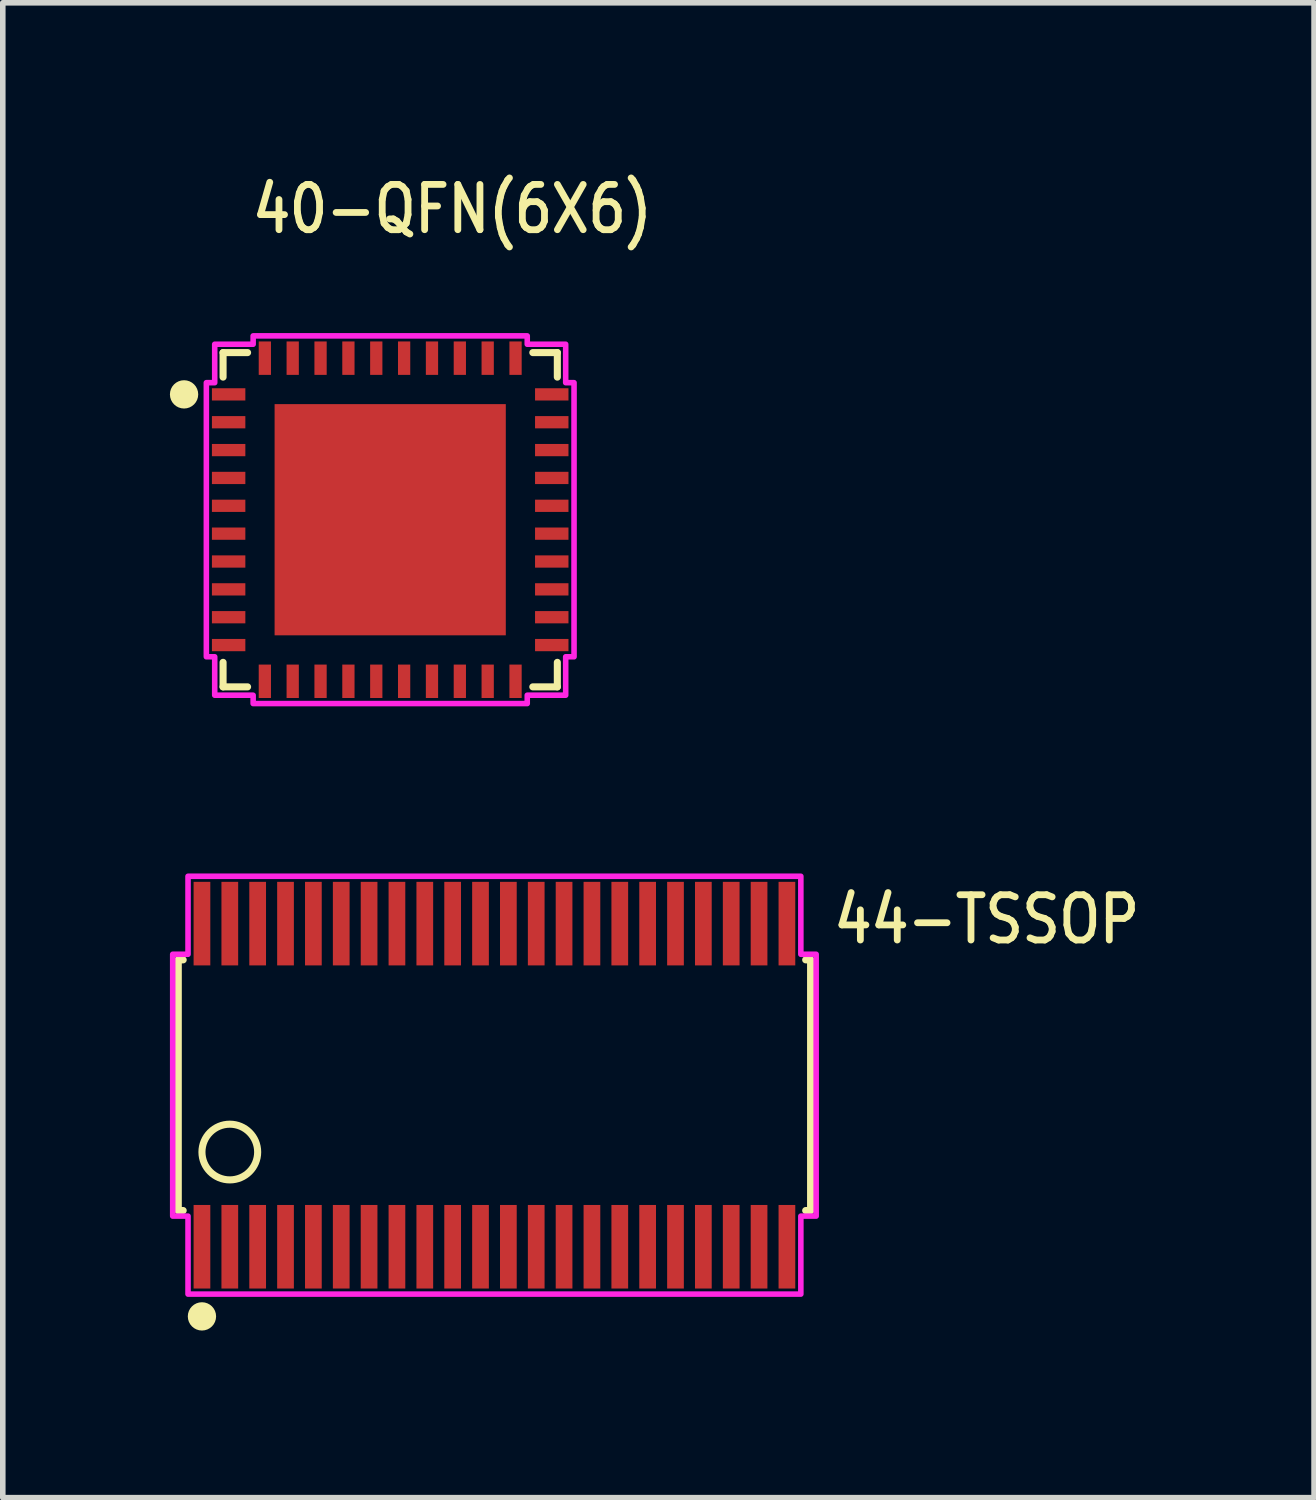
<source format=kicad_pcb>
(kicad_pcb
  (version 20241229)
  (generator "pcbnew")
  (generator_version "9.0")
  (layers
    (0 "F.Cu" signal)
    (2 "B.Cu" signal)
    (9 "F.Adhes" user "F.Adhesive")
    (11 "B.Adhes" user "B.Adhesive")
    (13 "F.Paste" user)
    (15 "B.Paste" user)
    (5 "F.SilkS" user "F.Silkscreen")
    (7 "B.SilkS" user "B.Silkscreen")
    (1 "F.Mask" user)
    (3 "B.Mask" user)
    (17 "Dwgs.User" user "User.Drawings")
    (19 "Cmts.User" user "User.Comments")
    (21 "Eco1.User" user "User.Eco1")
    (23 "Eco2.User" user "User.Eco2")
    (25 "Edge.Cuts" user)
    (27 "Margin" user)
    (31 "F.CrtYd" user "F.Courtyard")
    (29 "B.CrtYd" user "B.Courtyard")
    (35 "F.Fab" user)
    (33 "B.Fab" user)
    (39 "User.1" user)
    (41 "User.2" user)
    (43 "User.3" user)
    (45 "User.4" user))
  (footprint "40-QFN(6X6)"
    (layer "F.Cu")
    (at 3.954 6.279)
    (property "Reference" "40-QFN(6X6)" (at -2.54 -5.1 0) (unlocked yes) (layer "F.SilkS") (effects (font (size 0.813 0.695) (thickness 0.122)) (justify left bottom)))
    (fp_line (start -3 -3) (end -3 -2.56) (stroke (width 0.127) (type solid)) (layer "F.SilkS"))
    (fp_line (start -3 2.56) (end -3 3) (stroke (width 0.127) (type solid)) (layer "F.SilkS"))
    (fp_line (start -3 3) (end -2.56 3) (stroke (width 0.127) (type solid)) (layer "F.SilkS"))
    (fp_line (start -2.56 -3) (end -3 -3) (stroke (width 0.127) (type solid)) (layer "F.SilkS"))
    (fp_line (start 2.56 3) (end 3 3) (stroke (width 0.127) (type solid)) (layer "F.SilkS"))
    (fp_line (start 3 -3) (end 2.56 -3) (stroke (width 0.127) (type solid)) (layer "F.SilkS"))
    (fp_line (start 3 -2.56) (end 3 -3) (stroke (width 0.127) (type solid)) (layer "F.SilkS"))
    (fp_line (start 3 3) (end 3 2.56) (stroke (width 0.127) (type solid)) (layer "F.SilkS"))
    (fp_circle (center -3.7 -2.25) (end -3.446 -2.25) (stroke (width 0) (type solid)) (fill yes) (layer "F.SilkS"))
    (fp_poly (pts (xy -1.955 -1.955) (xy -0.785 -1.955) (xy -0.785 -0.785) (xy -1.955 -0.785)) (stroke (width 0) (type solid)) (fill yes) (layer "F.Paste"))
    (fp_poly (pts (xy -1.955 -0.585) (xy -0.785 -0.585) (xy -0.785 0.585) (xy -1.955 0.585)) (stroke (width 0) (type solid)) (fill yes) (layer "F.Paste"))
    (fp_poly (pts (xy -1.955 0.785) (xy -0.785 0.785) (xy -0.785 1.955) (xy -1.955 1.955)) (stroke (width 0) (type solid)) (fill yes) (layer "F.Paste"))
    (fp_poly (pts (xy -0.585 -1.955) (xy 0.585 -1.955) (xy 0.585 -0.785) (xy -0.585 -0.785)) (stroke (width 0) (type solid)) (fill yes) (layer "F.Paste"))
    (fp_poly (pts (xy -0.585 -0.585) (xy 0.585 -0.585) (xy 0.585 0.585) (xy -0.585 0.585)) (stroke (width 0) (type solid)) (fill yes) (layer "F.Paste"))
    (fp_poly (pts (xy -0.585 0.785) (xy 0.585 0.785) (xy 0.585 1.955) (xy -0.585 1.955)) (stroke (width 0) (type solid)) (fill yes) (layer "F.Paste"))
    (fp_poly (pts (xy 0.785 -1.955) (xy 1.955 -1.955) (xy 1.955 -0.785) (xy 0.785 -0.785)) (stroke (width 0) (type solid)) (fill yes) (layer "F.Paste"))
    (fp_poly (pts (xy 0.785 -0.585) (xy 1.955 -0.585) (xy 1.955 0.585) (xy 0.785 0.585)) (stroke (width 0) (type solid)) (fill yes) (layer "F.Paste"))
    (fp_poly (pts (xy 0.785 0.785) (xy 1.955 0.785) (xy 1.955 1.955) (xy 0.785 1.955)) (stroke (width 0) (type solid)) (fill yes) (layer "F.Paste"))
    (fp_poly (pts (xy 3.15 -2.46) (xy 3.15 -3.15) (xy 2.46 -3.15) (xy 2.46 -3.3) (xy -2.46 -3.3) (xy -2.46 -3.15) (xy -3.15 -3.15) (xy -3.15 -2.46) (xy -3.3 -2.46) (xy -3.3 2.46) (xy -3.15 2.46) (xy -3.15 3.15) (xy -2.46 3.15) (xy -2.46 3.3) (xy 2.46 3.3) (xy 2.46 3.15) (xy 3.15 3.15) (xy 3.15 2.46) (xy 3.3 2.46) (xy 3.3 -2.46)) (stroke (width 0.1) (type solid)) (fill no) (layer "F.CrtYd"))
    (pad "1" smd rect (at -2.9 -2.25) (size 0.6 0.22) (layers "F.Cu" "F.Mask" "F.Paste"))
    (pad "2" smd rect (at -2.9 -1.75) (size 0.6 0.22) (layers "F.Cu" "F.Mask" "F.Paste"))
    (pad "3" smd rect (at -2.9 -1.25) (size 0.6 0.22) (layers "F.Cu" "F.Mask" "F.Paste"))
    (pad "4" smd rect (at -2.9 -0.75) (size 0.6 0.22) (layers "F.Cu" "F.Mask" "F.Paste"))
    (pad "5" smd rect (at -2.9 -0.25) (size 0.6 0.22) (layers "F.Cu" "F.Mask" "F.Paste"))
    (pad "6" smd rect (at -2.9 0.25) (size 0.6 0.22) (layers "F.Cu" "F.Mask" "F.Paste"))
    (pad "7" smd rect (at -2.9 0.75) (size 0.6 0.22) (layers "F.Cu" "F.Mask" "F.Paste"))
    (pad "8" smd rect (at -2.9 1.25) (size 0.6 0.22) (layers "F.Cu" "F.Mask" "F.Paste"))
    (pad "9" smd rect (at -2.9 1.75) (size 0.6 0.22) (layers "F.Cu" "F.Mask" "F.Paste"))
    (pad "10" smd rect (at -2.9 2.25) (size 0.6 0.22) (layers "F.Cu" "F.Mask" "F.Paste"))
    (pad "11" smd rect (at -2.25 2.9) (size 0.22 0.6) (layers "F.Cu" "F.Mask" "F.Paste"))
    (pad "12" smd rect (at -1.75 2.9) (size 0.22 0.6) (layers "F.Cu" "F.Mask" "F.Paste"))
    (pad "13" smd rect (at -1.25 2.9) (size 0.22 0.6) (layers "F.Cu" "F.Mask" "F.Paste"))
    (pad "14" smd rect (at -0.75 2.9) (size 0.22 0.6) (layers "F.Cu" "F.Mask" "F.Paste"))
    (pad "15" smd rect (at -0.25 2.9) (size 0.22 0.6) (layers "F.Cu" "F.Mask" "F.Paste"))
    (pad "16" smd rect (at 0.25 2.9) (size 0.22 0.6) (layers "F.Cu" "F.Mask" "F.Paste"))
    (pad "17" smd rect (at 0.75 2.9) (size 0.22 0.6) (layers "F.Cu" "F.Mask" "F.Paste"))
    (pad "18" smd rect (at 1.25 2.9) (size 0.22 0.6) (layers "F.Cu" "F.Mask" "F.Paste"))
    (pad "19" smd rect (at 1.75 2.9) (size 0.22 0.6) (layers "F.Cu" "F.Mask" "F.Paste"))
    (pad "20" smd rect (at 2.25 2.9) (size 0.22 0.6) (layers "F.Cu" "F.Mask" "F.Paste"))
    (pad "21" smd rect (at 2.9 2.25) (size 0.6 0.22) (layers "F.Cu" "F.Mask" "F.Paste"))
    (pad "22" smd rect (at 2.9 1.75) (size 0.6 0.22) (layers "F.Cu" "F.Mask" "F.Paste"))
    (pad "23" smd rect (at 2.9 1.25) (size 0.6 0.22) (layers "F.Cu" "F.Mask" "F.Paste"))
    (pad "24" smd rect (at 2.9 0.75) (size 0.6 0.22) (layers "F.Cu" "F.Mask" "F.Paste"))
    (pad "25" smd rect (at 2.9 0.25) (size 0.6 0.22) (layers "F.Cu" "F.Mask" "F.Paste"))
    (pad "26" smd rect (at 2.9 -0.25) (size 0.6 0.22) (layers "F.Cu" "F.Mask" "F.Paste"))
    (pad "27" smd rect (at 2.9 -0.75) (size 0.6 0.22) (layers "F.Cu" "F.Mask" "F.Paste"))
    (pad "28" smd rect (at 2.9 -1.25) (size 0.6 0.22) (layers "F.Cu" "F.Mask" "F.Paste"))
    (pad "29" smd rect (at 2.9 -1.75) (size 0.6 0.22) (layers "F.Cu" "F.Mask" "F.Paste"))
    (pad "30" smd rect (at 2.9 -2.25) (size 0.6 0.22) (layers "F.Cu" "F.Mask" "F.Paste"))
    (pad "31" smd rect (at 2.25 -2.9) (size 0.22 0.6) (layers "F.Cu" "F.Mask" "F.Paste"))
    (pad "32" smd rect (at 1.75 -2.9) (size 0.22 0.6) (layers "F.Cu" "F.Mask" "F.Paste"))
    (pad "33" smd rect (at 1.25 -2.9) (size 0.22 0.6) (layers "F.Cu" "F.Mask" "F.Paste"))
    (pad "34" smd rect (at 0.75 -2.9) (size 0.22 0.6) (layers "F.Cu" "F.Mask" "F.Paste"))
    (pad "35" smd rect (at 0.25 -2.9) (size 0.22 0.6) (layers "F.Cu" "F.Mask" "F.Paste"))
    (pad "36" smd rect (at -0.25 -2.9) (size 0.22 0.6) (layers "F.Cu" "F.Mask" "F.Paste"))
    (pad "37" smd rect (at -0.75 -2.9) (size 0.22 0.6) (layers "F.Cu" "F.Mask" "F.Paste"))
    (pad "38" smd rect (at -1.25 -2.9) (size 0.22 0.6) (layers "F.Cu" "F.Mask" "F.Paste"))
    (pad "39" smd rect (at -1.75 -2.9) (size 0.22 0.6) (layers "F.Cu" "F.Mask" "F.Paste"))
    (pad "40" smd rect (at -2.25 -2.9) (size 0.22 0.6) (layers "F.Cu" "F.Mask" "F.Paste"))
    (pad "41" smd rect (at 0 0) (size 4.15 4.15) (layers "F.Cu" "F.Mask")))
  (footprint "44-TSSOP"
    (layer "F.Cu")
    (at 5.825 16.429)
    (property "Reference" "44-TSSOP" (at 6.025 -2.5 0) (unlocked yes) (layer "F.SilkS") (effects (font (size 0.813 0.695) (thickness 0.122)) (justify left bottom)))
    (fp_line (start -5.675 -2.25) (end -5.587 -2.25) (stroke (width 0.127) (type solid)) (layer "F.SilkS"))
    (fp_line (start -5.675 2.25) (end -5.675 -2.25) (stroke (width 0.127) (type solid)) (layer "F.SilkS"))
    (fp_line (start -5.675 2.25) (end -5.587 2.25) (stroke (width 0.127) (type solid)) (layer "F.SilkS"))
    (fp_line (start 5.587 -2.25) (end 5.675 -2.25) (stroke (width 0.127) (type solid)) (layer "F.SilkS"))
    (fp_line (start 5.587 2.25) (end 5.675 2.25) (stroke (width 0.127) (type solid)) (layer "F.SilkS"))
    (fp_line (start 5.675 -2.25) (end 5.675 2.25) (stroke (width 0.127) (type solid)) (layer "F.SilkS"))
    (fp_circle (center -5.25 4.15) (end -4.996 4.15) (stroke (width 0) (type solid)) (fill yes) (layer "F.SilkS"))
    (fp_circle (center -4.75 1.2) (end -4.25 1.2) (stroke (width 0.127) (type solid)) (fill no) (layer "F.SilkS"))
    (fp_poly (pts (xy -5.5 -3.75) (xy 5.5 -3.75) (xy 5.5 -2.35) (xy 5.775 -2.35) (xy 5.775 2.35) (xy 5.5 2.35) (xy 5.5 3.75) (xy -5.5 3.75) (xy -5.5 2.35) (xy -5.775 2.35) (xy -5.775 -2.35) (xy -5.5 -2.35)) (stroke (width 0.1) (type solid)) (fill no) (layer "F.CrtYd"))
    (pad "1" smd rect (at -5.25 2.9) (size 0.3 1.5) (layers "F.Cu" "F.Mask" "F.Paste"))
    (pad "2" smd rect (at -4.75 2.9) (size 0.3 1.5) (layers "F.Cu" "F.Mask" "F.Paste"))
    (pad "3" smd rect (at -4.25 2.9) (size 0.3 1.5) (layers "F.Cu" "F.Mask" "F.Paste"))
    (pad "4" smd rect (at -3.75 2.9) (size 0.3 1.5) (layers "F.Cu" "F.Mask" "F.Paste"))
    (pad "5" smd rect (at -3.25 2.9) (size 0.3 1.5) (layers "F.Cu" "F.Mask" "F.Paste"))
    (pad "6" smd rect (at -2.75 2.9) (size 0.3 1.5) (layers "F.Cu" "F.Mask" "F.Paste"))
    (pad "7" smd rect (at -2.25 2.9) (size 0.3 1.5) (layers "F.Cu" "F.Mask" "F.Paste"))
    (pad "8" smd rect (at -1.75 2.9) (size 0.3 1.5) (layers "F.Cu" "F.Mask" "F.Paste"))
    (pad "9" smd rect (at -1.25 2.9) (size 0.3 1.5) (layers "F.Cu" "F.Mask" "F.Paste"))
    (pad "10" smd rect (at -0.75 2.9) (size 0.3 1.5) (layers "F.Cu" "F.Mask" "F.Paste"))
    (pad "11" smd rect (at -0.25 2.9) (size 0.3 1.5) (layers "F.Cu" "F.Mask" "F.Paste"))
    (pad "12" smd rect (at 0.25 2.9) (size 0.3 1.5) (layers "F.Cu" "F.Mask" "F.Paste"))
    (pad "13" smd rect (at 0.75 2.9) (size 0.3 1.5) (layers "F.Cu" "F.Mask" "F.Paste"))
    (pad "14" smd rect (at 1.25 2.9) (size 0.3 1.5) (layers "F.Cu" "F.Mask" "F.Paste"))
    (pad "15" smd rect (at 1.75 2.9) (size 0.3 1.5) (layers "F.Cu" "F.Mask" "F.Paste"))
    (pad "16" smd rect (at 2.25 2.9) (size 0.3 1.5) (layers "F.Cu" "F.Mask" "F.Paste"))
    (pad "17" smd rect (at 2.75 2.9) (size 0.3 1.5) (layers "F.Cu" "F.Mask" "F.Paste"))
    (pad "18" smd rect (at 3.25 2.9) (size 0.3 1.5) (layers "F.Cu" "F.Mask" "F.Paste"))
    (pad "19" smd rect (at 3.75 2.9) (size 0.3 1.5) (layers "F.Cu" "F.Mask" "F.Paste"))
    (pad "20" smd rect (at 4.25 2.9) (size 0.3 1.5) (layers "F.Cu" "F.Mask" "F.Paste"))
    (pad "21" smd rect (at 4.75 2.9) (size 0.3 1.5) (layers "F.Cu" "F.Mask" "F.Paste"))
    (pad "22" smd rect (at 5.25 2.9) (size 0.3 1.5) (layers "F.Cu" "F.Mask" "F.Paste"))
    (pad "23" smd rect (at 5.25 -2.9) (size 0.3 1.5) (layers "F.Cu" "F.Mask" "F.Paste"))
    (pad "24" smd rect (at 4.75 -2.9) (size 0.3 1.5) (layers "F.Cu" "F.Mask" "F.Paste"))
    (pad "25" smd rect (at 4.25 -2.9) (size 0.3 1.5) (layers "F.Cu" "F.Mask" "F.Paste"))
    (pad "26" smd rect (at 3.75 -2.9) (size 0.3 1.5) (layers "F.Cu" "F.Mask" "F.Paste"))
    (pad "27" smd rect (at 3.25 -2.9) (size 0.3 1.5) (layers "F.Cu" "F.Mask" "F.Paste"))
    (pad "28" smd rect (at 2.75 -2.9) (size 0.3 1.5) (layers "F.Cu" "F.Mask" "F.Paste"))
    (pad "29" smd rect (at 2.25 -2.9) (size 0.3 1.5) (layers "F.Cu" "F.Mask" "F.Paste"))
    (pad "30" smd rect (at 1.75 -2.9) (size 0.3 1.5) (layers "F.Cu" "F.Mask" "F.Paste"))
    (pad "31" smd rect (at 1.25 -2.9) (size 0.3 1.5) (layers "F.Cu" "F.Mask" "F.Paste"))
    (pad "32" smd rect (at 0.75 -2.9) (size 0.3 1.5) (layers "F.Cu" "F.Mask" "F.Paste"))
    (pad "33" smd rect (at 0.25 -2.9) (size 0.3 1.5) (layers "F.Cu" "F.Mask" "F.Paste"))
    (pad "34" smd rect (at -0.25 -2.9) (size 0.3 1.5) (layers "F.Cu" "F.Mask" "F.Paste"))
    (pad "35" smd rect (at -0.75 -2.9) (size 0.3 1.5) (layers "F.Cu" "F.Mask" "F.Paste"))
    (pad "36" smd rect (at -1.25 -2.9) (size 0.3 1.5) (layers "F.Cu" "F.Mask" "F.Paste"))
    (pad "37" smd rect (at -1.75 -2.9) (size 0.3 1.5) (layers "F.Cu" "F.Mask" "F.Paste"))
    (pad "38" smd rect (at -2.25 -2.9) (size 0.3 1.5) (layers "F.Cu" "F.Mask" "F.Paste"))
    (pad "39" smd rect (at -2.75 -2.9) (size 0.3 1.5) (layers "F.Cu" "F.Mask" "F.Paste"))
    (pad "40" smd rect (at -3.25 -2.9) (size 0.3 1.5) (layers "F.Cu" "F.Mask" "F.Paste"))
    (pad "41" smd rect (at -3.75 -2.9) (size 0.3 1.5) (layers "F.Cu" "F.Mask" "F.Paste"))
    (pad "42" smd rect (at -4.25 -2.9) (size 0.3 1.5) (layers "F.Cu" "F.Mask" "F.Paste"))
    (pad "43" smd rect (at -4.75 -2.9) (size 0.3 1.5) (layers "F.Cu" "F.Mask" "F.Paste"))
    (pad "44" smd rect (at -5.25 -2.9) (size 0.3 1.5) (layers "F.Cu" "F.Mask" "F.Paste")))
  (gr_rect
    (start -3 -3)
    (end 20.537 23.833)
    (stroke (width 0.1) (type default))
    (fill no)
    (layer "Edge.Cuts")))
</source>
